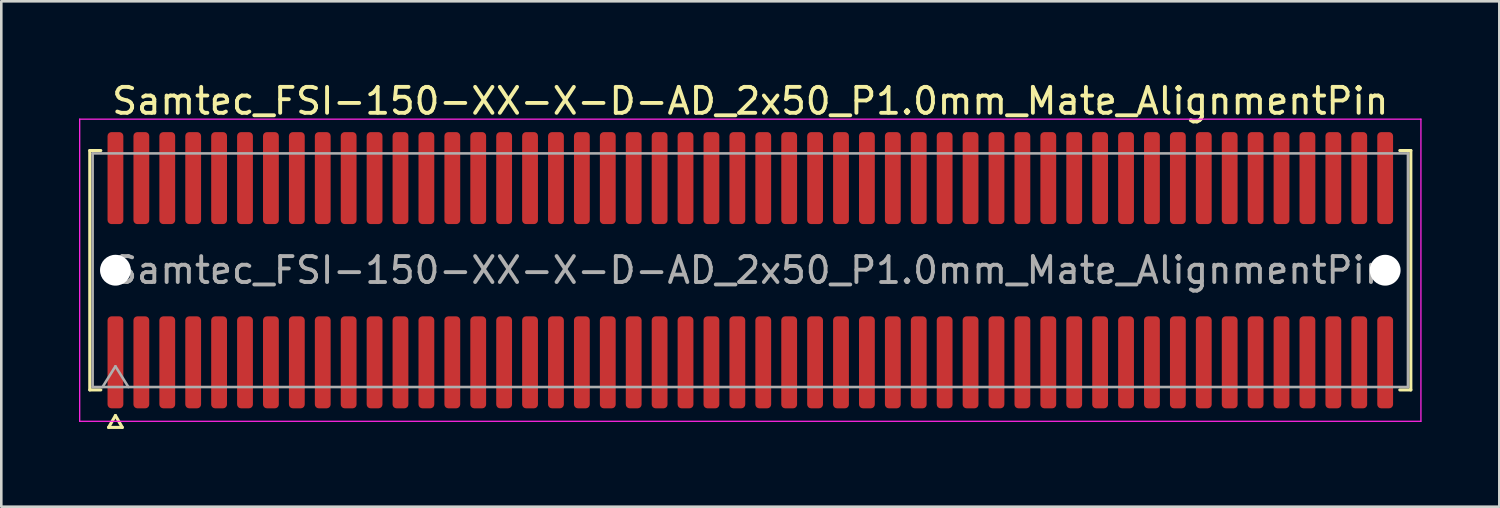
<source format=kicad_pcb>
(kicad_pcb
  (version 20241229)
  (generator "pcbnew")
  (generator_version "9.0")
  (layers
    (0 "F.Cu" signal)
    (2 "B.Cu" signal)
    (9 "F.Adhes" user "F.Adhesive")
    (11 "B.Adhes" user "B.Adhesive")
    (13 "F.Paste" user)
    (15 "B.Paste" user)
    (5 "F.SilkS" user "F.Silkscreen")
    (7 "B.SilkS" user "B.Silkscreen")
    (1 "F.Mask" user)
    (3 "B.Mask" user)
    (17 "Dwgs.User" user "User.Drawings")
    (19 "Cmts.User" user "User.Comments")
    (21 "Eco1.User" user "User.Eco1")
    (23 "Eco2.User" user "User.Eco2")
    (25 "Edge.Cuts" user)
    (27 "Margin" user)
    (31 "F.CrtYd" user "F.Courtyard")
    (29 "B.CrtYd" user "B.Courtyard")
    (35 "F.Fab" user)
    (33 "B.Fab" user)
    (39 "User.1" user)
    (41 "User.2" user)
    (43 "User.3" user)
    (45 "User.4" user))
  (footprint "Samtec_FSI-150-XX-X-D-AD_2x50_P1.0mm_Mate_AlignmentPin"
    (layer "F.Cu")
    (at 25.905 7.378)
    (property "Reference" "Samtec_FSI-150-XX-X-D-AD_2x50_P1.0mm_Mate_AlignmentPin" (at 0 -6.53 0) (layer "F.SilkS") (effects (font (size 1 1) (thickness 0.15))))
    (attr smd exclude_from_pos_files exclude_from_bom)
    (fp_line (start -25.49 -4.619) (end -25.065 -4.619) (stroke (width 0.12) (type solid)) (layer "F.SilkS"))
    (fp_line (start -25.49 4.619) (end -25.49 -4.619) (stroke (width 0.12) (type solid)) (layer "F.SilkS"))
    (fp_line (start -25.065 4.619) (end -25.49 4.619) (stroke (width 0.12) (type solid)) (layer "F.SilkS"))
    (fp_line (start -24.764 6.066) (end -24.5 5.609) (stroke (width 0.12) (type solid)) (layer "F.SilkS"))
    (fp_line (start -24.5 5.609) (end -24.236 6.066) (stroke (width 0.12) (type solid)) (layer "F.SilkS"))
    (fp_line (start -24.236 6.066) (end -24.764 6.066) (stroke (width 0.12) (type solid)) (layer "F.SilkS"))
    (fp_line (start 25.065 -4.619) (end 25.49 -4.619) (stroke (width 0.12) (type solid)) (layer "F.SilkS"))
    (fp_line (start 25.49 -4.619) (end 25.49 4.619) (stroke (width 0.12) (type solid)) (layer "F.SilkS"))
    (fp_line (start 25.49 4.619) (end 25.065 4.619) (stroke (width 0.12) (type solid)) (layer "F.SilkS"))
    (fp_line (start -25.88 -5.83) (end -25.88 5.83) (stroke (width 0.05) (type solid)) (layer "F.CrtYd"))
    (fp_line (start -25.88 5.83) (end 25.88 5.83) (stroke (width 0.05) (type solid)) (layer "F.CrtYd"))
    (fp_line (start 25.88 -5.83) (end -25.88 -5.83) (stroke (width 0.05) (type solid)) (layer "F.CrtYd"))
    (fp_line (start 25.88 5.83) (end 25.88 -5.83) (stroke (width 0.05) (type solid)) (layer "F.CrtYd"))
    (fp_line (start -25.38 -4.508) (end 25.38 -4.508) (stroke (width 0.1) (type solid)) (layer "F.Fab"))
    (fp_line (start -25.38 4.508) (end -25.38 -4.508) (stroke (width 0.1) (type solid)) (layer "F.Fab"))
    (fp_line (start -25 4.508) (end -24.5 3.708) (stroke (width 0.1) (type solid)) (layer "F.Fab"))
    (fp_line (start -24.5 3.708) (end -24 4.508) (stroke (width 0.1) (type solid)) (layer "F.Fab"))
    (fp_line (start 25.38 -4.508) (end 25.38 4.508) (stroke (width 0.1) (type solid)) (layer "F.Fab"))
    (fp_line (start 25.38 4.508) (end -25.38 4.508) (stroke (width 0.1) (type solid)) (layer "F.Fab"))
    (fp_text user "${REFERENCE}" (at 0 0 0) (layer "F.Fab") (effects (font (size 1 1) (thickness 0.15))))
    (pad "" np_thru_hole circle (at -24.5 0) (size 1.19 1.19) (drill 1.19) (layers "*.Cu" "*.Mask"))
    (pad "" np_thru_hole circle (at 24.5 0) (size 1.19 1.19) (drill 1.19) (layers "*.Cu" "*.Mask"))
    (pad "1" smd roundrect (at -24.5 3.555) (size 0.61 3.55) (layers "F.Cu" "F.Mask") (roundrect_rratio 0.25))
    (pad "2" smd roundrect (at -24.5 -3.555) (size 0.61 3.55) (layers "F.Cu" "F.Mask") (roundrect_rratio 0.25))
    (pad "3" smd roundrect (at -23.5 3.555) (size 0.61 3.55) (layers "F.Cu" "F.Mask") (roundrect_rratio 0.25))
    (pad "4" smd roundrect (at -23.5 -3.555) (size 0.61 3.55) (layers "F.Cu" "F.Mask") (roundrect_rratio 0.25))
    (pad "5" smd roundrect (at -22.5 3.555) (size 0.61 3.55) (layers "F.Cu" "F.Mask") (roundrect_rratio 0.25))
    (pad "6" smd roundrect (at -22.5 -3.555) (size 0.61 3.55) (layers "F.Cu" "F.Mask") (roundrect_rratio 0.25))
    (pad "7" smd roundrect (at -21.5 3.555) (size 0.61 3.55) (layers "F.Cu" "F.Mask") (roundrect_rratio 0.25))
    (pad "8" smd roundrect (at -21.5 -3.555) (size 0.61 3.55) (layers "F.Cu" "F.Mask") (roundrect_rratio 0.25))
    (pad "9" smd roundrect (at -20.5 3.555) (size 0.61 3.55) (layers "F.Cu" "F.Mask") (roundrect_rratio 0.25))
    (pad "10" smd roundrect (at -20.5 -3.555) (size 0.61 3.55) (layers "F.Cu" "F.Mask") (roundrect_rratio 0.25))
    (pad "11" smd roundrect (at -19.5 3.555) (size 0.61 3.55) (layers "F.Cu" "F.Mask") (roundrect_rratio 0.25))
    (pad "12" smd roundrect (at -19.5 -3.555) (size 0.61 3.55) (layers "F.Cu" "F.Mask") (roundrect_rratio 0.25))
    (pad "13" smd roundrect (at -18.5 3.555) (size 0.61 3.55) (layers "F.Cu" "F.Mask") (roundrect_rratio 0.25))
    (pad "14" smd roundrect (at -18.5 -3.555) (size 0.61 3.55) (layers "F.Cu" "F.Mask") (roundrect_rratio 0.25))
    (pad "15" smd roundrect (at -17.5 3.555) (size 0.61 3.55) (layers "F.Cu" "F.Mask") (roundrect_rratio 0.25))
    (pad "16" smd roundrect (at -17.5 -3.555) (size 0.61 3.55) (layers "F.Cu" "F.Mask") (roundrect_rratio 0.25))
    (pad "17" smd roundrect (at -16.5 3.555) (size 0.61 3.55) (layers "F.Cu" "F.Mask") (roundrect_rratio 0.25))
    (pad "18" smd roundrect (at -16.5 -3.555) (size 0.61 3.55) (layers "F.Cu" "F.Mask") (roundrect_rratio 0.25))
    (pad "19" smd roundrect (at -15.5 3.555) (size 0.61 3.55) (layers "F.Cu" "F.Mask") (roundrect_rratio 0.25))
    (pad "20" smd roundrect (at -15.5 -3.555) (size 0.61 3.55) (layers "F.Cu" "F.Mask") (roundrect_rratio 0.25))
    (pad "21" smd roundrect (at -14.5 3.555) (size 0.61 3.55) (layers "F.Cu" "F.Mask") (roundrect_rratio 0.25))
    (pad "22" smd roundrect (at -14.5 -3.555) (size 0.61 3.55) (layers "F.Cu" "F.Mask") (roundrect_rratio 0.25))
    (pad "23" smd roundrect (at -13.5 3.555) (size 0.61 3.55) (layers "F.Cu" "F.Mask") (roundrect_rratio 0.25))
    (pad "24" smd roundrect (at -13.5 -3.555) (size 0.61 3.55) (layers "F.Cu" "F.Mask") (roundrect_rratio 0.25))
    (pad "25" smd roundrect (at -12.5 3.555) (size 0.61 3.55) (layers "F.Cu" "F.Mask") (roundrect_rratio 0.25))
    (pad "26" smd roundrect (at -12.5 -3.555) (size 0.61 3.55) (layers "F.Cu" "F.Mask") (roundrect_rratio 0.25))
    (pad "27" smd roundrect (at -11.5 3.555) (size 0.61 3.55) (layers "F.Cu" "F.Mask") (roundrect_rratio 0.25))
    (pad "28" smd roundrect (at -11.5 -3.555) (size 0.61 3.55) (layers "F.Cu" "F.Mask") (roundrect_rratio 0.25))
    (pad "29" smd roundrect (at -10.5 3.555) (size 0.61 3.55) (layers "F.Cu" "F.Mask") (roundrect_rratio 0.25))
    (pad "30" smd roundrect (at -10.5 -3.555) (size 0.61 3.55) (layers "F.Cu" "F.Mask") (roundrect_rratio 0.25))
    (pad "31" smd roundrect (at -9.5 3.555) (size 0.61 3.55) (layers "F.Cu" "F.Mask") (roundrect_rratio 0.25))
    (pad "32" smd roundrect (at -9.5 -3.555) (size 0.61 3.55) (layers "F.Cu" "F.Mask") (roundrect_rratio 0.25))
    (pad "33" smd roundrect (at -8.5 3.555) (size 0.61 3.55) (layers "F.Cu" "F.Mask") (roundrect_rratio 0.25))
    (pad "34" smd roundrect (at -8.5 -3.555) (size 0.61 3.55) (layers "F.Cu" "F.Mask") (roundrect_rratio 0.25))
    (pad "35" smd roundrect (at -7.5 3.555) (size 0.61 3.55) (layers "F.Cu" "F.Mask") (roundrect_rratio 0.25))
    (pad "36" smd roundrect (at -7.5 -3.555) (size 0.61 3.55) (layers "F.Cu" "F.Mask") (roundrect_rratio 0.25))
    (pad "37" smd roundrect (at -6.5 3.555) (size 0.61 3.55) (layers "F.Cu" "F.Mask") (roundrect_rratio 0.25))
    (pad "38" smd roundrect (at -6.5 -3.555) (size 0.61 3.55) (layers "F.Cu" "F.Mask") (roundrect_rratio 0.25))
    (pad "39" smd roundrect (at -5.5 3.555) (size 0.61 3.55) (layers "F.Cu" "F.Mask") (roundrect_rratio 0.25))
    (pad "40" smd roundrect (at -5.5 -3.555) (size 0.61 3.55) (layers "F.Cu" "F.Mask") (roundrect_rratio 0.25))
    (pad "41" smd roundrect (at -4.5 3.555) (size 0.61 3.55) (layers "F.Cu" "F.Mask") (roundrect_rratio 0.25))
    (pad "42" smd roundrect (at -4.5 -3.555) (size 0.61 3.55) (layers "F.Cu" "F.Mask") (roundrect_rratio 0.25))
    (pad "43" smd roundrect (at -3.5 3.555) (size 0.61 3.55) (layers "F.Cu" "F.Mask") (roundrect_rratio 0.25))
    (pad "44" smd roundrect (at -3.5 -3.555) (size 0.61 3.55) (layers "F.Cu" "F.Mask") (roundrect_rratio 0.25))
    (pad "45" smd roundrect (at -2.5 3.555) (size 0.61 3.55) (layers "F.Cu" "F.Mask") (roundrect_rratio 0.25))
    (pad "46" smd roundrect (at -2.5 -3.555) (size 0.61 3.55) (layers "F.Cu" "F.Mask") (roundrect_rratio 0.25))
    (pad "47" smd roundrect (at -1.5 3.555) (size 0.61 3.55) (layers "F.Cu" "F.Mask") (roundrect_rratio 0.25))
    (pad "48" smd roundrect (at -1.5 -3.555) (size 0.61 3.55) (layers "F.Cu" "F.Mask") (roundrect_rratio 0.25))
    (pad "49" smd roundrect (at -0.5 3.555) (size 0.61 3.55) (layers "F.Cu" "F.Mask") (roundrect_rratio 0.25))
    (pad "50" smd roundrect (at -0.5 -3.555) (size 0.61 3.55) (layers "F.Cu" "F.Mask") (roundrect_rratio 0.25))
    (pad "51" smd roundrect (at 0.5 3.555) (size 0.61 3.55) (layers "F.Cu" "F.Mask") (roundrect_rratio 0.25))
    (pad "52" smd roundrect (at 0.5 -3.555) (size 0.61 3.55) (layers "F.Cu" "F.Mask") (roundrect_rratio 0.25))
    (pad "53" smd roundrect (at 1.5 3.555) (size 0.61 3.55) (layers "F.Cu" "F.Mask") (roundrect_rratio 0.25))
    (pad "54" smd roundrect (at 1.5 -3.555) (size 0.61 3.55) (layers "F.Cu" "F.Mask") (roundrect_rratio 0.25))
    (pad "55" smd roundrect (at 2.5 3.555) (size 0.61 3.55) (layers "F.Cu" "F.Mask") (roundrect_rratio 0.25))
    (pad "56" smd roundrect (at 2.5 -3.555) (size 0.61 3.55) (layers "F.Cu" "F.Mask") (roundrect_rratio 0.25))
    (pad "57" smd roundrect (at 3.5 3.555) (size 0.61 3.55) (layers "F.Cu" "F.Mask") (roundrect_rratio 0.25))
    (pad "58" smd roundrect (at 3.5 -3.555) (size 0.61 3.55) (layers "F.Cu" "F.Mask") (roundrect_rratio 0.25))
    (pad "59" smd roundrect (at 4.5 3.555) (size 0.61 3.55) (layers "F.Cu" "F.Mask") (roundrect_rratio 0.25))
    (pad "60" smd roundrect (at 4.5 -3.555) (size 0.61 3.55) (layers "F.Cu" "F.Mask") (roundrect_rratio 0.25))
    (pad "61" smd roundrect (at 5.5 3.555) (size 0.61 3.55) (layers "F.Cu" "F.Mask") (roundrect_rratio 0.25))
    (pad "62" smd roundrect (at 5.5 -3.555) (size 0.61 3.55) (layers "F.Cu" "F.Mask") (roundrect_rratio 0.25))
    (pad "63" smd roundrect (at 6.5 3.555) (size 0.61 3.55) (layers "F.Cu" "F.Mask") (roundrect_rratio 0.25))
    (pad "64" smd roundrect (at 6.5 -3.555) (size 0.61 3.55) (layers "F.Cu" "F.Mask") (roundrect_rratio 0.25))
    (pad "65" smd roundrect (at 7.5 3.555) (size 0.61 3.55) (layers "F.Cu" "F.Mask") (roundrect_rratio 0.25))
    (pad "66" smd roundrect (at 7.5 -3.555) (size 0.61 3.55) (layers "F.Cu" "F.Mask") (roundrect_rratio 0.25))
    (pad "67" smd roundrect (at 8.5 3.555) (size 0.61 3.55) (layers "F.Cu" "F.Mask") (roundrect_rratio 0.25))
    (pad "68" smd roundrect (at 8.5 -3.555) (size 0.61 3.55) (layers "F.Cu" "F.Mask") (roundrect_rratio 0.25))
    (pad "69" smd roundrect (at 9.5 3.555) (size 0.61 3.55) (layers "F.Cu" "F.Mask") (roundrect_rratio 0.25))
    (pad "70" smd roundrect (at 9.5 -3.555) (size 0.61 3.55) (layers "F.Cu" "F.Mask") (roundrect_rratio 0.25))
    (pad "71" smd roundrect (at 10.5 3.555) (size 0.61 3.55) (layers "F.Cu" "F.Mask") (roundrect_rratio 0.25))
    (pad "72" smd roundrect (at 10.5 -3.555) (size 0.61 3.55) (layers "F.Cu" "F.Mask") (roundrect_rratio 0.25))
    (pad "73" smd roundrect (at 11.5 3.555) (size 0.61 3.55) (layers "F.Cu" "F.Mask") (roundrect_rratio 0.25))
    (pad "74" smd roundrect (at 11.5 -3.555) (size 0.61 3.55) (layers "F.Cu" "F.Mask") (roundrect_rratio 0.25))
    (pad "75" smd roundrect (at 12.5 3.555) (size 0.61 3.55) (layers "F.Cu" "F.Mask") (roundrect_rratio 0.25))
    (pad "76" smd roundrect (at 12.5 -3.555) (size 0.61 3.55) (layers "F.Cu" "F.Mask") (roundrect_rratio 0.25))
    (pad "77" smd roundrect (at 13.5 3.555) (size 0.61 3.55) (layers "F.Cu" "F.Mask") (roundrect_rratio 0.25))
    (pad "78" smd roundrect (at 13.5 -3.555) (size 0.61 3.55) (layers "F.Cu" "F.Mask") (roundrect_rratio 0.25))
    (pad "79" smd roundrect (at 14.5 3.555) (size 0.61 3.55) (layers "F.Cu" "F.Mask") (roundrect_rratio 0.25))
    (pad "80" smd roundrect (at 14.5 -3.555) (size 0.61 3.55) (layers "F.Cu" "F.Mask") (roundrect_rratio 0.25))
    (pad "81" smd roundrect (at 15.5 3.555) (size 0.61 3.55) (layers "F.Cu" "F.Mask") (roundrect_rratio 0.25))
    (pad "82" smd roundrect (at 15.5 -3.555) (size 0.61 3.55) (layers "F.Cu" "F.Mask") (roundrect_rratio 0.25))
    (pad "83" smd roundrect (at 16.5 3.555) (size 0.61 3.55) (layers "F.Cu" "F.Mask") (roundrect_rratio 0.25))
    (pad "84" smd roundrect (at 16.5 -3.555) (size 0.61 3.55) (layers "F.Cu" "F.Mask") (roundrect_rratio 0.25))
    (pad "85" smd roundrect (at 17.5 3.555) (size 0.61 3.55) (layers "F.Cu" "F.Mask") (roundrect_rratio 0.25))
    (pad "86" smd roundrect (at 17.5 -3.555) (size 0.61 3.55) (layers "F.Cu" "F.Mask") (roundrect_rratio 0.25))
    (pad "87" smd roundrect (at 18.5 3.555) (size 0.61 3.55) (layers "F.Cu" "F.Mask") (roundrect_rratio 0.25))
    (pad "88" smd roundrect (at 18.5 -3.555) (size 0.61 3.55) (layers "F.Cu" "F.Mask") (roundrect_rratio 0.25))
    (pad "89" smd roundrect (at 19.5 3.555) (size 0.61 3.55) (layers "F.Cu" "F.Mask") (roundrect_rratio 0.25))
    (pad "90" smd roundrect (at 19.5 -3.555) (size 0.61 3.55) (layers "F.Cu" "F.Mask") (roundrect_rratio 0.25))
    (pad "91" smd roundrect (at 20.5 3.555) (size 0.61 3.55) (layers "F.Cu" "F.Mask") (roundrect_rratio 0.25))
    (pad "92" smd roundrect (at 20.5 -3.555) (size 0.61 3.55) (layers "F.Cu" "F.Mask") (roundrect_rratio 0.25))
    (pad "93" smd roundrect (at 21.5 3.555) (size 0.61 3.55) (layers "F.Cu" "F.Mask") (roundrect_rratio 0.25))
    (pad "94" smd roundrect (at 21.5 -3.555) (size 0.61 3.55) (layers "F.Cu" "F.Mask") (roundrect_rratio 0.25))
    (pad "95" smd roundrect (at 22.5 3.555) (size 0.61 3.55) (layers "F.Cu" "F.Mask") (roundrect_rratio 0.25))
    (pad "96" smd roundrect (at 22.5 -3.555) (size 0.61 3.55) (layers "F.Cu" "F.Mask") (roundrect_rratio 0.25))
    (pad "97" smd roundrect (at 23.5 3.555) (size 0.61 3.55) (layers "F.Cu" "F.Mask") (roundrect_rratio 0.25))
    (pad "98" smd roundrect (at 23.5 -3.555) (size 0.61 3.55) (layers "F.Cu" "F.Mask") (roundrect_rratio 0.25))
    (pad "99" smd roundrect (at 24.5 3.555) (size 0.61 3.55) (layers "F.Cu" "F.Mask") (roundrect_rratio 0.25))
    (pad "100" smd roundrect (at 24.5 -3.555) (size 0.61 3.55) (layers "F.Cu" "F.Mask") (roundrect_rratio 0.25)))
  (gr_rect
    (start -3 -3)
    (end 54.81 16.504)
    (stroke (width 0.1) (type default))
    (fill no)
    (layer "Edge.Cuts")))
</source>
